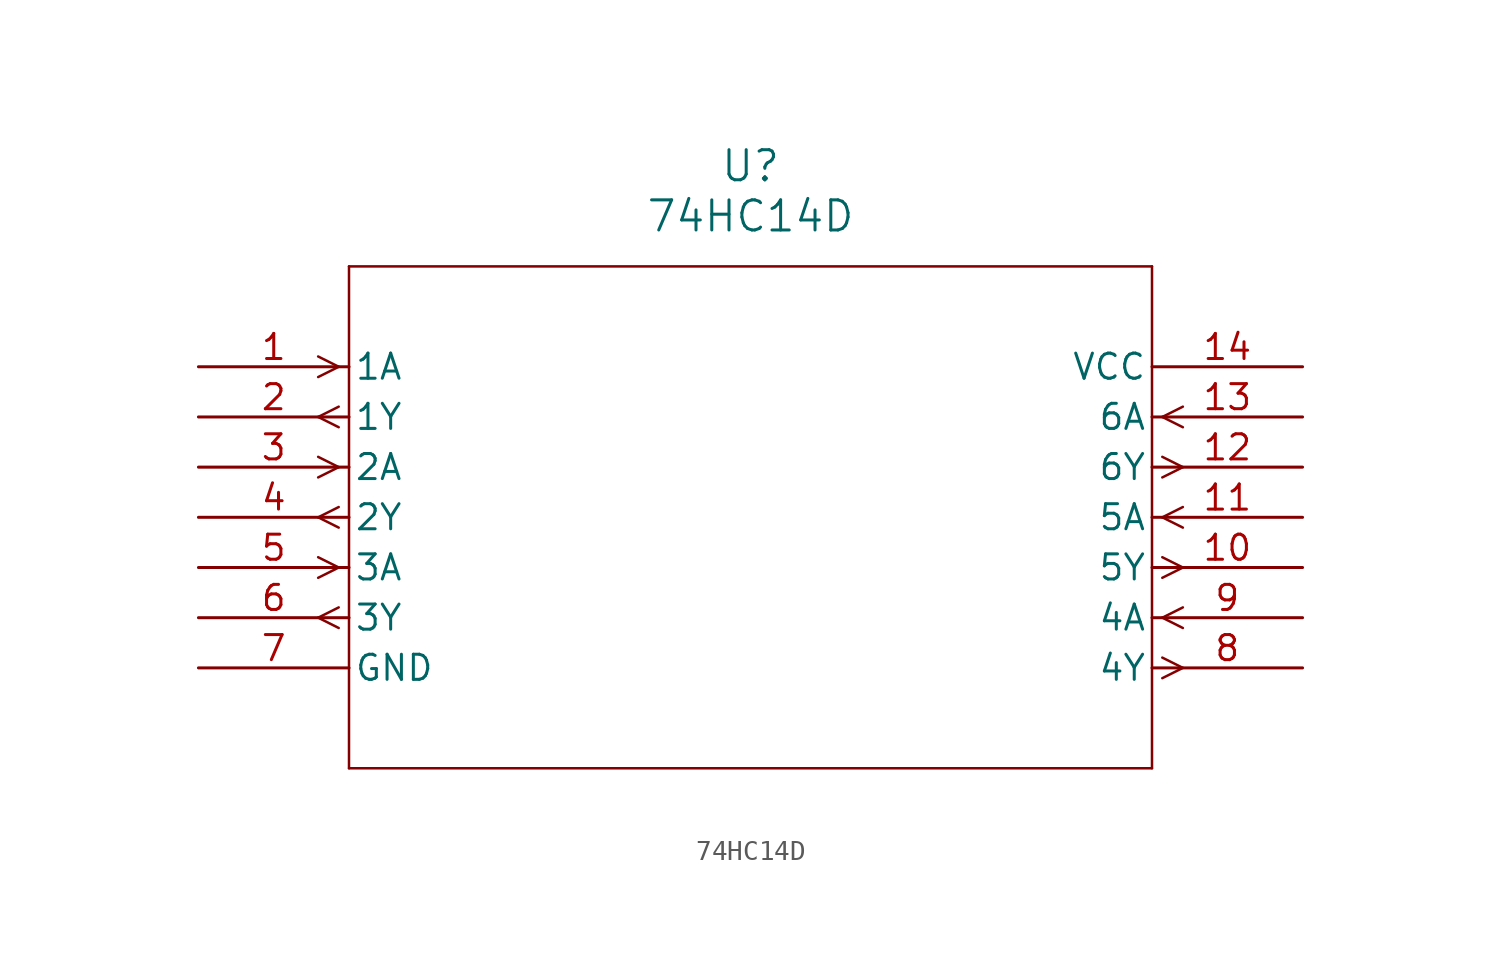
<source format=kicad_sym>
(kicad_symbol_lib
  (version 20211014)
  (generator kicad_symbol_editor)
  (symbol "74HC14D"
    (pin_names
      (offset 0.254))
    (property "Reference" "U"
      (at 27.94 10.16 0)
      (effects (font (size 1.524 1.524))))
    (property "Value" "74HC14D"
      (at 27.94 7.62 0)
      (effects (font (size 1.524 1.524))))
    (symbol "74HC14D_0_1"
      (polyline (pts (xy 7.099 0) (xy 6.058 0.521)) (stroke (width 0.127) (type default) (color 0 0 0 0)) (fill (type none)))
      (polyline (pts (xy 7.099 0) (xy 6.058 -0.521)) (stroke (width 0.127) (type default) (color 0 0 0 0)) (fill (type none)))
      (polyline (pts (xy 7.099 -2.019) (xy 6.058 -2.54)) (stroke (width 0.127) (type default) (color 0 0 0 0)) (fill (type none)))
      (polyline (pts (xy 7.099 -3.061) (xy 6.058 -2.54)) (stroke (width 0.127) (type default) (color 0 0 0 0)) (fill (type none)))
      (polyline (pts (xy 7.099 -5.08) (xy 6.058 -4.559)) (stroke (width 0.127) (type default) (color 0 0 0 0)) (fill (type none)))
      (polyline (pts (xy 7.099 -5.08) (xy 6.058 -5.601)) (stroke (width 0.127) (type default) (color 0 0 0 0)) (fill (type none)))
      (polyline (pts (xy 7.099 -7.099) (xy 6.058 -7.62)) (stroke (width 0.127) (type default) (color 0 0 0 0)) (fill (type none)))
      (polyline (pts (xy 7.099 -8.141) (xy 6.058 -7.62)) (stroke (width 0.127) (type default) (color 0 0 0 0)) (fill (type none)))
      (polyline (pts (xy 7.099 -10.16) (xy 6.058 -9.639)) (stroke (width 0.127) (type default) (color 0 0 0 0)) (fill (type none)))
      (polyline (pts (xy 7.099 -10.16) (xy 6.058 -10.681)) (stroke (width 0.127) (type default) (color 0 0 0 0)) (fill (type none)))
      (polyline (pts (xy 7.099 -12.179) (xy 6.058 -12.7)) (stroke (width 0.127) (type default) (color 0 0 0 0)) (fill (type none)))
      (polyline (pts (xy 7.099 -13.221) (xy 6.058 -12.7)) (stroke (width 0.127) (type default) (color 0 0 0 0)) (fill (type none)))
      (polyline (pts (xy 48.781 -14.719) (xy 49.822 -15.24)) (stroke (width 0.127) (type default) (color 0 0 0 0)) (fill (type none)))
      (polyline (pts (xy 48.781 -15.761) (xy 49.822 -15.24)) (stroke (width 0.127) (type default) (color 0 0 0 0)) (fill (type none)))
      (polyline (pts (xy 48.781 -12.7) (xy 49.822 -12.179)) (stroke (width 0.127) (type default) (color 0 0 0 0)) (fill (type none)))
      (polyline (pts (xy 48.781 -12.7) (xy 49.822 -13.221)) (stroke (width 0.127) (type default) (color 0 0 0 0)) (fill (type none)))
      (polyline (pts (xy 48.781 -9.639) (xy 49.822 -10.16)) (stroke (width 0.127) (type default) (color 0 0 0 0)) (fill (type none)))
      (polyline (pts (xy 48.781 -10.681) (xy 49.822 -10.16)) (stroke (width 0.127) (type default) (color 0 0 0 0)) (fill (type none)))
      (polyline (pts (xy 48.781 -7.62) (xy 49.822 -7.099)) (stroke (width 0.127) (type default) (color 0 0 0 0)) (fill (type none)))
      (polyline (pts (xy 48.781 -7.62) (xy 49.822 -8.141)) (stroke (width 0.127) (type default) (color 0 0 0 0)) (fill (type none)))
      (polyline (pts (xy 48.781 -4.559) (xy 49.822 -5.08)) (stroke (width 0.127) (type default) (color 0 0 0 0)) (fill (type none)))
      (polyline (pts (xy 48.781 -5.601) (xy 49.822 -5.08)) (stroke (width 0.127) (type default) (color 0 0 0 0)) (fill (type none)))
      (polyline (pts (xy 48.781 -2.54) (xy 49.822 -2.019)) (stroke (width 0.127) (type default) (color 0 0 0 0)) (fill (type none)))
      (polyline (pts (xy 48.781 -2.54) (xy 49.822 -3.061)) (stroke (width 0.127) (type default) (color 0 0 0 0)) (fill (type none)))
      (polyline (pts (xy 7.62 5.08) (xy 7.62 -20.32)) (stroke (width 0.127) (type default) (color 0 0 0 0)) (fill (type none)))
      (polyline (pts (xy 7.62 -20.32) (xy 48.26 -20.32)) (stroke (width 0.127) (type default) (color 0 0 0 0)) (fill (type none)))
      (polyline (pts (xy 48.26 -20.32) (xy 48.26 5.08)) (stroke (width 0.127) (type default) (color 0 0 0 0)) (fill (type none)))
      (polyline (pts (xy 48.26 5.08) (xy 7.62 5.08)) (stroke (width 0.127) (type default) (color 0 0 0 0)) (fill (type none)))
      (pin input line (at 0 0 0) (length 7.62) (name "1A" (effects (font (size 1.27 1.27)))) (number "1" (effects (font (size 1.27 1.27)))))
      (pin output line (at 0 -2.54 0) (length 7.62) (name "1Y" (effects (font (size 1.27 1.27)))) (number "2" (effects (font (size 1.27 1.27)))))
      (pin input line (at 0 -5.08 0) (length 7.62) (name "2A" (effects (font (size 1.27 1.27)))) (number "3" (effects (font (size 1.27 1.27)))))
      (pin output line (at 0 -7.62 0) (length 7.62) (name "2Y" (effects (font (size 1.27 1.27)))) (number "4" (effects (font (size 1.27 1.27)))))
      (pin input line (at 0 -10.16 0) (length 7.62) (name "3A" (effects (font (size 1.27 1.27)))) (number "5" (effects (font (size 1.27 1.27)))))
      (pin output line (at 0 -12.7 0) (length 7.62) (name "3Y" (effects (font (size 1.27 1.27)))) (number "6" (effects (font (size 1.27 1.27)))))
      (pin power_in line (at 0 -15.24 0) (length 7.62) (name "GND" (effects (font (size 1.27 1.27)))) (number "7" (effects (font (size 1.27 1.27)))))
      (pin output line (at 55.88 -15.24 180) (length 7.62) (name "4Y" (effects (font (size 1.27 1.27)))) (number "8" (effects (font (size 1.27 1.27)))))
      (pin input line (at 55.88 -12.7 180) (length 7.62) (name "4A" (effects (font (size 1.27 1.27)))) (number "9" (effects (font (size 1.27 1.27)))))
      (pin output line (at 55.88 -10.16 180) (length 7.62) (name "5Y" (effects (font (size 1.27 1.27)))) (number "10" (effects (font (size 1.27 1.27)))))
      (pin input line (at 55.88 -7.62 180) (length 7.62) (name "5A" (effects (font (size 1.27 1.27)))) (number "11" (effects (font (size 1.27 1.27)))))
      (pin output line (at 55.88 -5.08 180) (length 7.62) (name "6Y" (effects (font (size 1.27 1.27)))) (number "12" (effects (font (size 1.27 1.27)))))
      (pin input line (at 55.88 -2.54 180) (length 7.62) (name "6A" (effects (font (size 1.27 1.27)))) (number "13" (effects (font (size 1.27 1.27)))))
      (pin power_in line (at 55.88 0 180) (length 7.62) (name "VCC" (effects (font (size 1.27 1.27)))) (number "14" (effects (font (size 1.27 1.27))))))))
</source>
